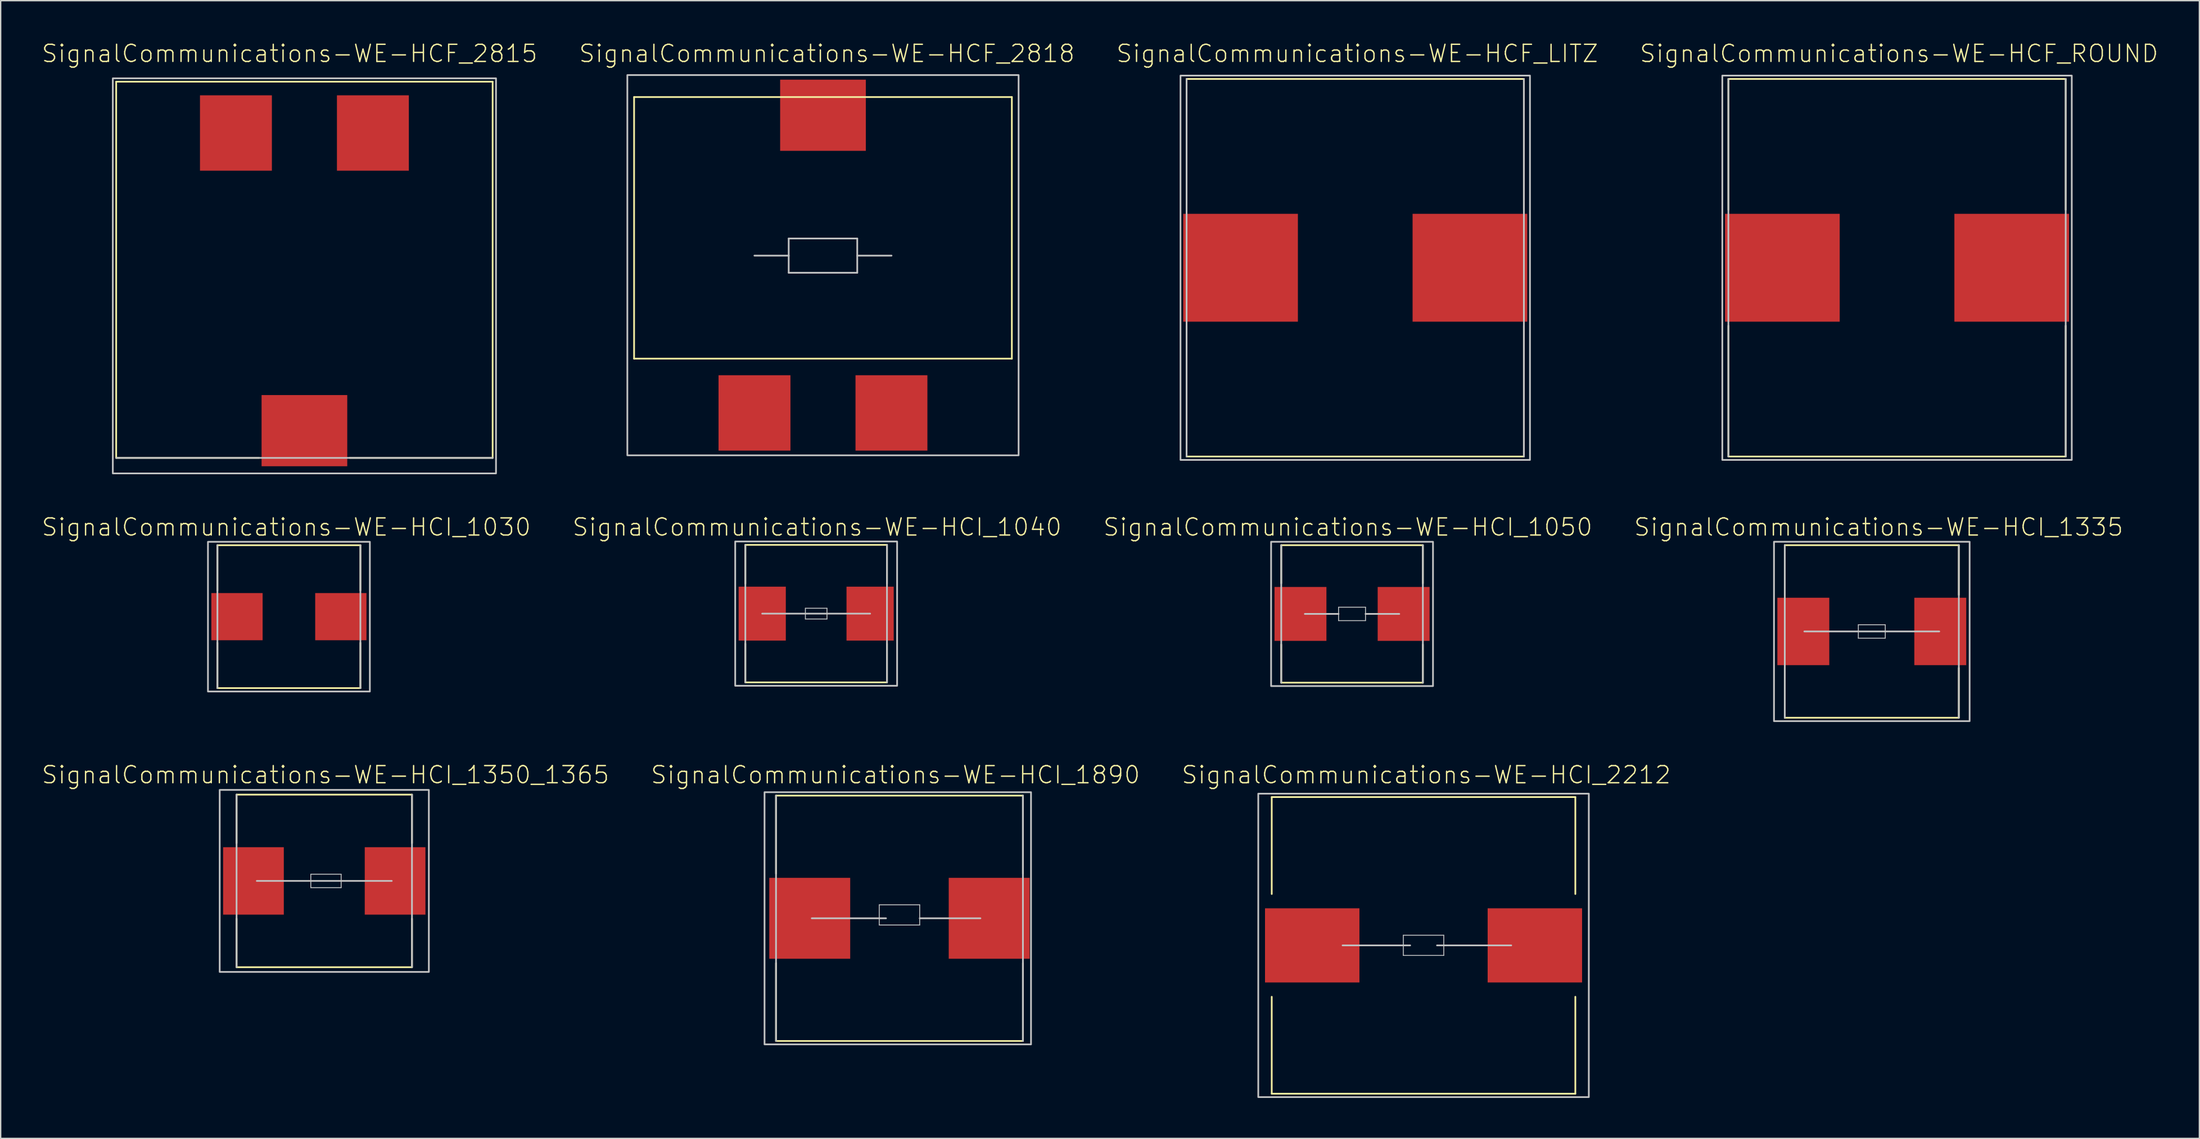
<source format=kicad_pcb>
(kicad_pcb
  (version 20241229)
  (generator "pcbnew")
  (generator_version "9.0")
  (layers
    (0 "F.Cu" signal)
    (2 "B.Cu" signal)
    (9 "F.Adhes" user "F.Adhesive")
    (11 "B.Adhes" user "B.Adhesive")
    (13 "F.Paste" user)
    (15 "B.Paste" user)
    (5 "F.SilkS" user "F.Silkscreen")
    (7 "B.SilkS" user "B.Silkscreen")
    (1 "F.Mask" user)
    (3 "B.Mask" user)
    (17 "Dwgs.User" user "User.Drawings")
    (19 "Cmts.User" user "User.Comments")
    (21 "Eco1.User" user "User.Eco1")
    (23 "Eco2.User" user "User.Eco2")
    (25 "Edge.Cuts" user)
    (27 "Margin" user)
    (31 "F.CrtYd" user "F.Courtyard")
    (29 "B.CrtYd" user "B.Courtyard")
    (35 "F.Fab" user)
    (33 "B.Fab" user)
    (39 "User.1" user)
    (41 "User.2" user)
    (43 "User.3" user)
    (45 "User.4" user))
  (footprint "SignalCommunications-WE-HCF_2818"
    (layer "F.Cu")
    (at 57.941 13.215)
    (property "Reference" "SignalCommunications-WE-HCF_2818" (at 0.29 -12.294 0) (layer "F.SilkS") (effects (font (size 1.27 1.27) (thickness 0.102))))
    (attr smd)
    (fp_line (start -13.998 -9.068) (end 13.998 -9.068) (stroke (width 0.127) (type solid)) (layer "F.SilkS"))
    (fp_line (start -13.998 10.328) (end -13.998 -9.068) (stroke (width 0.127) (type solid)) (layer "F.SilkS"))
    (fp_line (start 13.998 -9.068) (end 13.998 10.328) (stroke (width 0.127) (type solid)) (layer "F.SilkS"))
    (fp_line (start 13.998 10.328) (end -13.998 10.328) (stroke (width 0.127) (type solid)) (layer "F.SilkS"))
    (fp_line (start -2.54 1.42) (end 2.54 1.42) (stroke (width 0.127) (type solid)) (layer "Dwgs.User"))
    (fp_line (start -2.54 2.69) (end -5.08 2.69) (stroke (width 0.127) (type solid)) (layer "Dwgs.User"))
    (fp_line (start -2.54 2.69) (end -2.54 1.42) (stroke (width 0.127) (type solid)) (layer "Dwgs.User"))
    (fp_line (start -2.54 3.96) (end -2.54 2.69) (stroke (width 0.127) (type solid)) (layer "Dwgs.User"))
    (fp_line (start 2.54 3.96) (end -2.54 3.96) (stroke (width 0.127) (type solid)) (layer "Dwgs.User"))
    (fp_line (start 2.54 3.96) (end 2.54 1.42) (stroke (width 0.127) (type solid)) (layer "Dwgs.User"))
    (fp_line (start 5.08 2.69) (end 2.54 2.69) (stroke (width 0.127) (type solid)) (layer "Dwgs.User"))
    (fp_poly (pts (xy -14.498 17.498) (xy -14.498 -10.698) (xy 14.498 -10.698) (xy 14.498 17.498) (xy -14.498 17.498)) (stroke (width 0.127) (type solid)) (fill no) (layer "Dwgs.User"))
    (pad "1" smd rect (at -5.075 14.354 180) (size 5.329 5.588) (layers "F.Cu" "F.Mask" "F.Paste"))
    (pad "2" smd rect (at 5.075 14.354 180) (size 5.329 5.588) (layers "F.Cu" "F.Mask" "F.Paste"))
    (pad "3" smd rect (at 0 -7.719 180) (size 6.35 5.278) (layers "F.Cu" "F.Mask" "F.Paste")))
  (footprint "SignalCommunications-WE-HCI_1040"
    (layer "F.Cu")
    (at 57.436 42.452)
    (property "Reference" "SignalCommunications-WE-HCI_1040" (at 0.069 -6.413 0) (layer "F.SilkS") (effects (font (size 1.27 1.27) (thickness 0.102))))
    (attr smd)
    (fp_line (start -5.248 -5.098) (end 5.248 -5.098) (stroke (width 0.127) (type solid)) (layer "F.SilkS"))
    (fp_line (start -5.248 -2.228) (end -5.248 -5.098) (stroke (width 0.127) (type solid)) (layer "F.SilkS"))
    (fp_line (start -5.248 2.228) (end -5.248 5.098) (stroke (width 0.127) (type solid)) (layer "F.SilkS"))
    (fp_line (start -5.248 5.098) (end 5.248 5.098) (stroke (width 0.127) (type solid)) (layer "F.SilkS"))
    (fp_line (start 5.248 -2.228) (end 5.248 -5.098) (stroke (width 0.127) (type solid)) (layer "F.SilkS"))
    (fp_line (start 5.248 2.228) (end 5.248 5.098) (stroke (width 0.127) (type solid)) (layer "F.SilkS"))
    (fp_line (start -5.248 5.098) (end -5.248 -5.098) (stroke (width 0.127) (type solid)) (layer "Dwgs.User"))
    (fp_line (start -3.998 0) (end 3.998 0) (stroke (width 0.127) (type solid)) (layer "Dwgs.User"))
    (fp_line (start -0.798 -0.399) (end 0.8 -0.399) (stroke (width 0.066) (type solid)) (layer "Dwgs.User"))
    (fp_line (start -0.798 0.399) (end -0.798 -0.399) (stroke (width 0.066) (type solid)) (layer "Dwgs.User"))
    (fp_line (start -0.798 0.399) (end 0.8 0.399) (stroke (width 0.066) (type solid)) (layer "Dwgs.User"))
    (fp_line (start 0.8 0.399) (end 0.8 -0.399) (stroke (width 0.066) (type solid)) (layer "Dwgs.User"))
    (fp_line (start 5.248 -5.098) (end 5.248 5.098) (stroke (width 0.127) (type solid)) (layer "Dwgs.User"))
    (fp_poly (pts (xy -5.999 -5.349) (xy 5.999 -5.349) (xy 5.999 5.349) (xy -5.999 5.349) (xy -5.999 -5.349)) (stroke (width 0.127) (type solid)) (fill no) (layer "Dwgs.User"))
    (pad "1" smd rect (at -3.998 0) (size 3.498 3.998) (layers "F.Cu" "F.Mask" "F.Paste"))
    (pad "2" smd rect (at 3.998 0 180) (size 3.498 3.998) (layers "F.Cu" "F.Mask" "F.Paste")))
  (footprint "SignalCommunications-WE-HCI_1890"
    (layer "F.Cu")
    (at 63.61 65.043)
    (property "Reference" "SignalCommunications-WE-HCI_1890" (at -0.3 -10.635 0) (layer "F.SilkS") (effects (font (size 1.27 1.27) (thickness 0.102))))
    (attr smd)
    (fp_line (start -9.149 -9.098) (end 9.149 -9.098) (stroke (width 0.127) (type solid)) (layer "F.SilkS"))
    (fp_line (start -9.149 -3.31) (end -9.149 -9.098) (stroke (width 0.127) (type solid)) (layer "F.SilkS"))
    (fp_line (start -9.149 3.32) (end -9.149 9.098) (stroke (width 0.127) (type solid)) (layer "F.SilkS"))
    (fp_line (start -9.149 9.098) (end 9.149 9.098) (stroke (width 0.127) (type solid)) (layer "F.SilkS"))
    (fp_line (start 9.149 -3.31) (end 9.149 -9.098) (stroke (width 0.127) (type solid)) (layer "F.SilkS"))
    (fp_line (start 9.149 3.32) (end 9.149 9.098) (stroke (width 0.127) (type solid)) (layer "F.SilkS"))
    (fp_line (start -9.149 -9.098) (end -9.149 9.098) (stroke (width 0.127) (type solid)) (layer "Dwgs.User"))
    (fp_line (start -6.5 0) (end -0.998 0) (stroke (width 0.127) (type solid)) (layer "Dwgs.User"))
    (fp_line (start -1.499 -0.998) (end 1.499 -0.998) (stroke (width 0.066) (type solid)) (layer "Dwgs.User"))
    (fp_line (start -1.499 0.498) (end -1.499 -0.998) (stroke (width 0.066) (type solid)) (layer "Dwgs.User"))
    (fp_line (start -1.499 0.498) (end 1.499 0.498) (stroke (width 0.066) (type solid)) (layer "Dwgs.User"))
    (fp_line (start 1.499 0) (end 5.999 0) (stroke (width 0.127) (type solid)) (layer "Dwgs.User"))
    (fp_line (start 1.499 0.498) (end 1.499 -0.998) (stroke (width 0.066) (type solid)) (layer "Dwgs.User"))
    (fp_line (start 9.149 -9.098) (end 9.149 9.098) (stroke (width 0.127) (type solid)) (layer "Dwgs.User"))
    (fp_poly (pts (xy -10 -9.35) (xy 9.749 -9.35) (xy 9.749 9.35) (xy -10 9.35) (xy -10 -9.35)) (stroke (width 0.127) (type solid)) (fill no) (layer "Dwgs.User"))
    (pad "1" smd rect (at -6.65 0) (size 5.999 5.999) (layers "F.Cu" "F.Mask" "F.Paste"))
    (pad "2" smd rect (at 6.65 0) (size 5.999 5.999) (layers "F.Cu" "F.Mask" "F.Paste")))
  (footprint "SignalCommunications-WE-HCI_1030"
    (layer "F.Cu")
    (at 18.361 42.676)
    (property "Reference" "SignalCommunications-WE-HCI_1030" (at -0.193 -6.637 0) (layer "F.SilkS") (effects (font (size 1.27 1.27) (thickness 0.102))))
    (attr smd)
    (fp_line (start -5.298 -1.938) (end -5.298 -5.298) (stroke (width 0.127) (type solid)) (layer "F.SilkS"))
    (fp_line (start -5.298 1.938) (end -5.298 5.298) (stroke (width 0.127) (type solid)) (layer "F.SilkS"))
    (fp_line (start -5.298 5.298) (end 5.298 5.298) (stroke (width 0.127) (type solid)) (layer "F.SilkS"))
    (fp_line (start 5.298 -5.298) (end -5.298 -5.298) (stroke (width 0.127) (type solid)) (layer "F.SilkS"))
    (fp_line (start 5.298 -1.938) (end 5.298 -5.298) (stroke (width 0.127) (type solid)) (layer "F.SilkS"))
    (fp_line (start 5.298 1.938) (end 5.298 5.298) (stroke (width 0.127) (type solid)) (layer "F.SilkS"))
    (fp_line (start -5.298 -5.298) (end -5.298 5.298) (stroke (width 0.127) (type solid)) (layer "Dwgs.User"))
    (fp_line (start 5.298 5.298) (end 5.298 -5.298) (stroke (width 0.127) (type solid)) (layer "Dwgs.User"))
    (fp_poly (pts (xy -5.999 -5.55) (xy 5.999 -5.55) (xy 5.999 5.55) (xy -5.999 5.55) (xy -5.999 -5.55)) (stroke (width 0.127) (type solid)) (fill no) (layer "Dwgs.User"))
    (pad "1" smd rect (at -3.848 0) (size 3.8 3.498) (layers "F.Cu" "F.Mask" "F.Paste"))
    (pad "2" smd rect (at 3.848 0) (size 3.8 3.498) (layers "F.Cu" "F.Mask" "F.Paste")))
  (footprint "SignalCommunications-WE-HCF_ROUND"
    (layer "F.Cu")
    (at 137.54 16.804)
    (property "Reference" "SignalCommunications-WE-HCF_ROUND" (at 0.15 -15.883 0) (layer "F.SilkS") (effects (font (size 1.27 1.27) (thickness 0.102))))
    (attr smd)
    (fp_line (start -12.499 -13.998) (end 12.499 -13.998) (stroke (width 0.127) (type solid)) (layer "F.SilkS"))
    (fp_line (start -12.499 -4.298) (end -12.499 -13.998) (stroke (width 0.127) (type solid)) (layer "F.SilkS"))
    (fp_line (start -12.499 4.298) (end -12.499 13.998) (stroke (width 0.127) (type solid)) (layer "F.SilkS"))
    (fp_line (start 12.499 -4.298) (end 12.499 -13.998) (stroke (width 0.127) (type solid)) (layer "F.SilkS"))
    (fp_line (start 12.499 4.298) (end 12.499 13.998) (stroke (width 0.127) (type solid)) (layer "F.SilkS"))
    (fp_line (start 12.499 13.998) (end -12.499 13.998) (stroke (width 0.127) (type solid)) (layer "F.SilkS"))
    (fp_line (start -12.499 13.998) (end -12.499 -13.998) (stroke (width 0.127) (type solid)) (layer "Dwgs.User"))
    (fp_line (start 12.499 -13.998) (end 12.499 13.998) (stroke (width 0.127) (type solid)) (layer "Dwgs.User"))
    (fp_poly (pts (xy -12.949 -14.249) (xy 12.949 -14.249) (xy 12.949 14.249) (xy -12.949 14.249) (xy -12.949 -14.249)) (stroke (width 0.127) (type solid)) (fill no) (layer "Dwgs.User"))
    (pad "1" smd rect (at -8.499 0) (size 8.499 7.998) (layers "F.Cu" "F.Mask" "F.Paste"))
    (pad "2" smd rect (at 8.499 0) (size 8.499 7.998) (layers "F.Cu" "F.Mask" "F.Paste")))
  (footprint "SignalCommunications-WE-HCI_1335"
    (layer "F.Cu")
    (at 135.67 43.773)
    (property "Reference" "SignalCommunications-WE-HCI_1335" (at 0.508 -7.734 0) (layer "F.SilkS") (effects (font (size 1.27 1.27) (thickness 0.102))))
    (attr smd)
    (fp_line (start -6.449 -6.398) (end 6.449 -6.398) (stroke (width 0.127) (type solid)) (layer "F.SilkS"))
    (fp_line (start -6.449 -2.708) (end -6.449 -6.398) (stroke (width 0.127) (type solid)) (layer "F.SilkS"))
    (fp_line (start -6.449 2.708) (end -6.449 6.398) (stroke (width 0.127) (type solid)) (layer "F.SilkS"))
    (fp_line (start -6.449 6.398) (end 6.449 6.398) (stroke (width 0.127) (type solid)) (layer "F.SilkS"))
    (fp_line (start 6.449 -2.708) (end 6.449 -6.398) (stroke (width 0.127) (type solid)) (layer "F.SilkS"))
    (fp_line (start 6.449 2.708) (end 6.449 6.398) (stroke (width 0.127) (type solid)) (layer "F.SilkS"))
    (fp_line (start -6.449 -6.398) (end -6.449 6.398) (stroke (width 0.127) (type solid)) (layer "Dwgs.User"))
    (fp_line (start -4.999 0) (end 4.999 0) (stroke (width 0.127) (type solid)) (layer "Dwgs.User"))
    (fp_line (start -0.998 -0.498) (end 0.998 -0.498) (stroke (width 0.066) (type solid)) (layer "Dwgs.User"))
    (fp_line (start -0.998 0.498) (end -0.998 -0.498) (stroke (width 0.066) (type solid)) (layer "Dwgs.User"))
    (fp_line (start -0.998 0.498) (end 0.998 0.498) (stroke (width 0.066) (type solid)) (layer "Dwgs.User"))
    (fp_line (start 0.998 0.498) (end 0.998 -0.498) (stroke (width 0.066) (type solid)) (layer "Dwgs.User"))
    (fp_line (start 6.449 -6.398) (end 6.449 6.398) (stroke (width 0.127) (type solid)) (layer "Dwgs.User"))
    (fp_poly (pts (xy -7.249 -6.65) (xy 7.249 -6.65) (xy 7.249 6.65) (xy -7.249 6.65) (xy -7.249 -6.65)) (stroke (width 0.127) (type solid)) (fill no) (layer "Dwgs.User"))
    (pad "1" smd rect (at -5.075 0) (size 3.848 4.999) (layers "F.Cu" "F.Mask" "F.Paste"))
    (pad "2" smd rect (at 5.075 0) (size 3.848 4.999) (layers "F.Cu" "F.Mask" "F.Paste")))
  (footprint "SignalCommunications-WE-HCI_2212"
    (layer "F.Cu")
    (at 102.449 67.052)
    (property "Reference" "SignalCommunications-WE-HCI_2212" (at 0.198 -12.644 0) (layer "F.SilkS") (effects (font (size 1.27 1.27) (thickness 0.102))))
    (attr smd)
    (fp_line (start -11.25 -3.81) (end -11.25 -10.998) (stroke (width 0.127) (type solid)) (layer "F.SilkS"))
    (fp_line (start -11.25 3.81) (end -11.25 10.998) (stroke (width 0.127) (type solid)) (layer "F.SilkS"))
    (fp_line (start 11.25 -10.998) (end -11.25 -10.998) (stroke (width 0.127) (type solid)) (layer "F.SilkS"))
    (fp_line (start 11.25 -10.998) (end 11.25 -3.81) (stroke (width 0.127) (type solid)) (layer "F.SilkS"))
    (fp_line (start 11.25 3.81) (end 11.25 10.998) (stroke (width 0.127) (type solid)) (layer "F.SilkS"))
    (fp_line (start 11.25 10.998) (end -11.25 10.998) (stroke (width 0.127) (type solid)) (layer "F.SilkS"))
    (fp_line (start -1.499 -0.752) (end 1.499 -0.752) (stroke (width 0.066) (type solid)) (layer "Dwgs.User"))
    (fp_line (start -1.499 0.744) (end -1.499 -0.752) (stroke (width 0.066) (type solid)) (layer "Dwgs.User"))
    (fp_line (start -1.499 0.744) (end 1.499 0.744) (stroke (width 0.066) (type solid)) (layer "Dwgs.User"))
    (fp_line (start -0.991 0) (end -5.999 0) (stroke (width 0.127) (type solid)) (layer "Dwgs.User"))
    (fp_line (start 1.499 0.744) (end 1.499 -0.752) (stroke (width 0.066) (type solid)) (layer "Dwgs.User"))
    (fp_line (start 6.5 0) (end 0.998 0) (stroke (width 0.127) (type solid)) (layer "Dwgs.User"))
    (fp_poly (pts (xy -12.248 11.25) (xy -12.248 -11.25) (xy 12.248 -11.25) (xy 12.248 11.25) (xy -12.248 11.25)) (stroke (width 0.127) (type solid)) (fill no) (layer "Dwgs.User"))
    (pad "1" smd rect (at 8.25 0 180) (size 6.998 5.499) (layers "F.Cu" "F.Mask" "F.Paste"))
    (pad "2" smd rect (at -8.25 0 180) (size 6.998 5.499) (layers "F.Cu" "F.Mask" "F.Paste")))
  (footprint "SignalCommunications-WE-HCF_LITZ"
    (layer "F.Cu")
    (at 97.387 16.804)
    (property "Reference" "SignalCommunications-WE-HCF_LITZ" (at 0.15 -15.883 0) (layer "F.SilkS") (effects (font (size 1.27 1.27) (thickness 0.102))))
    (attr smd)
    (fp_line (start -12.499 -13.998) (end 12.499 -13.998) (stroke (width 0.127) (type solid)) (layer "F.SilkS"))
    (fp_line (start -12.499 -4.298) (end -12.499 -13.998) (stroke (width 0.127) (type solid)) (layer "F.SilkS"))
    (fp_line (start -12.499 4.298) (end -12.499 13.998) (stroke (width 0.127) (type solid)) (layer "F.SilkS"))
    (fp_line (start 12.499 -4.298) (end 12.499 -13.998) (stroke (width 0.127) (type solid)) (layer "F.SilkS"))
    (fp_line (start 12.499 4.298) (end 12.499 13.998) (stroke (width 0.127) (type solid)) (layer "F.SilkS"))
    (fp_line (start 12.499 13.998) (end -12.499 13.998) (stroke (width 0.127) (type solid)) (layer "F.SilkS"))
    (fp_line (start -12.499 13.998) (end -12.499 -13.998) (stroke (width 0.127) (type solid)) (layer "Dwgs.User"))
    (fp_line (start 12.499 -13.998) (end 12.499 13.998) (stroke (width 0.127) (type solid)) (layer "Dwgs.User"))
    (fp_poly (pts (xy -12.949 -14.249) (xy 12.949 -14.249) (xy 12.949 14.249) (xy -12.949 14.249) (xy -12.949 -14.249)) (stroke (width 0.127) (type solid)) (fill no) (layer "Dwgs.User"))
    (pad "1" smd rect (at -8.499 0) (size 8.499 7.998) (layers "F.Cu" "F.Mask" "F.Paste"))
    (pad "2" smd rect (at 8.499 0) (size 8.499 7.998) (layers "F.Cu" "F.Mask" "F.Paste")))
  (footprint "SignalCommunications-WE-HCF_2815"
    (layer "F.Cu")
    (at 19.51 21.056)
    (property "Reference" "SignalCommunications-WE-HCF_2815" (at -1.1 -20.135 0) (layer "F.SilkS") (effects (font (size 1.27 1.27) (thickness 0.102))))
    (attr smd)
    (fp_line (start -13.95 -18.049) (end 13.95 -18.049) (stroke (width 0.127) (type solid)) (layer "F.SilkS"))
    (fp_line (start -13.95 9.848) (end -13.95 -18.049) (stroke (width 0.127) (type solid)) (layer "F.SilkS"))
    (fp_line (start -3.358 9.848) (end -13.95 9.848) (stroke (width 0.127) (type solid)) (layer "F.SilkS"))
    (fp_line (start 13.95 -18.049) (end 13.95 9.848) (stroke (width 0.127) (type solid)) (layer "F.SilkS"))
    (fp_line (start 13.95 9.848) (end 3.368 9.848) (stroke (width 0.127) (type solid)) (layer "F.SilkS"))
    (fp_line (start 13.95 9.848) (end -13.95 9.848) (stroke (width 0.127) (type solid)) (layer "Dwgs.User"))
    (fp_poly (pts (xy -14.199 -18.298) (xy 14.199 -18.298) (xy 14.199 10.998) (xy -14.199 10.998) (xy -14.199 -18.298)) (stroke (width 0.127) (type solid)) (fill no) (layer "Dwgs.User"))
    (pad "1" smd rect (at -5.075 -14.244) (size 5.329 5.588) (layers "F.Cu" "F.Mask" "F.Paste"))
    (pad "2" smd rect (at 5.075 -14.244) (size 5.329 5.588) (layers "F.Cu" "F.Mask" "F.Paste"))
    (pad "3" smd rect (at 0 7.828) (size 6.35 5.278) (layers "F.Cu" "F.Mask" "F.Paste")))
  (footprint "SignalCommunications-WE-HCI_1350_1365"
    (layer "F.Cu")
    (at 20.982 62.271)
    (property "Reference" "SignalCommunications-WE-HCI_1350_1365" (at 0.089 -7.864 0) (layer "F.SilkS") (effects (font (size 1.27 1.27) (thickness 0.102))))
    (attr smd)
    (fp_line (start -6.5 -6.398) (end 6.5 -6.398) (stroke (width 0.127) (type solid)) (layer "F.SilkS"))
    (fp_line (start -6.5 -2.799) (end -6.5 -6.398) (stroke (width 0.127) (type solid)) (layer "F.SilkS"))
    (fp_line (start -6.5 2.799) (end -6.5 6.398) (stroke (width 0.127) (type solid)) (layer "F.SilkS"))
    (fp_line (start -6.5 6.398) (end 6.5 6.398) (stroke (width 0.127) (type solid)) (layer "F.SilkS"))
    (fp_line (start 6.5 -2.799) (end 6.5 -6.398) (stroke (width 0.127) (type solid)) (layer "F.SilkS"))
    (fp_line (start 6.5 2.799) (end 6.5 6.398) (stroke (width 0.127) (type solid)) (layer "F.SilkS"))
    (fp_line (start -6.5 6.398) (end -6.5 -6.398) (stroke (width 0.127) (type solid)) (layer "Dwgs.User"))
    (fp_line (start -4.999 0) (end 4.999 0) (stroke (width 0.127) (type solid)) (layer "Dwgs.User"))
    (fp_line (start -0.998 -0.498) (end 1.25 -0.498) (stroke (width 0.066) (type solid)) (layer "Dwgs.User"))
    (fp_line (start -0.998 0.498) (end -0.998 -0.498) (stroke (width 0.066) (type solid)) (layer "Dwgs.User"))
    (fp_line (start -0.998 0.498) (end 1.25 0.498) (stroke (width 0.066) (type solid)) (layer "Dwgs.User"))
    (fp_line (start 1.25 0.498) (end 1.25 -0.498) (stroke (width 0.066) (type solid)) (layer "Dwgs.User"))
    (fp_line (start 6.5 6.398) (end 6.5 -6.398) (stroke (width 0.127) (type solid)) (layer "Dwgs.User"))
    (fp_poly (pts (xy -7.75 -6.749) (xy 7.75 -6.749) (xy 7.75 6.749) (xy -7.75 6.749) (xy -7.75 -6.749)) (stroke (width 0.127) (type solid)) (fill no) (layer "Dwgs.User"))
    (pad "1" smd rect (at -5.248 0) (size 4.498 4.999) (layers "F.Cu" "F.Mask" "F.Paste"))
    (pad "2" smd rect (at 5.248 0) (size 4.498 4.999) (layers "F.Cu" "F.Mask" "F.Paste")))
  (footprint "SignalCommunications-WE-HCI_1050"
    (layer "F.Cu")
    (at 97.151 42.473)
    (property "Reference" "SignalCommunications-WE-HCI_1050" (at -0.31 -6.434 0) (layer "F.SilkS") (effects (font (size 1.27 1.27) (thickness 0.102))))
    (attr smd)
    (fp_line (start -5.248 -5.098) (end 5.248 -5.098) (stroke (width 0.127) (type solid)) (layer "F.SilkS"))
    (fp_line (start -5.248 -2.268) (end -5.248 -5.098) (stroke (width 0.127) (type solid)) (layer "F.SilkS"))
    (fp_line (start -5.248 5.098) (end -5.248 2.268) (stroke (width 0.127) (type solid)) (layer "F.SilkS"))
    (fp_line (start -5.248 5.098) (end 5.248 5.098) (stroke (width 0.127) (type solid)) (layer "F.SilkS"))
    (fp_line (start 5.248 -2.268) (end 5.248 -5.098) (stroke (width 0.127) (type solid)) (layer "F.SilkS"))
    (fp_line (start 5.248 2.268) (end 5.248 5.098) (stroke (width 0.127) (type solid)) (layer "F.SilkS"))
    (fp_line (start -5.248 -5.098) (end -5.248 5.098) (stroke (width 0.127) (type solid)) (layer "Dwgs.User"))
    (fp_line (start -3.498 0) (end -0.998 0) (stroke (width 0.127) (type solid)) (layer "Dwgs.User"))
    (fp_line (start -0.998 -0.498) (end 0.998 -0.498) (stroke (width 0.066) (type solid)) (layer "Dwgs.User"))
    (fp_line (start -0.998 0.498) (end -0.998 -0.498) (stroke (width 0.066) (type solid)) (layer "Dwgs.User"))
    (fp_line (start -0.998 0.498) (end 0.998 0.498) (stroke (width 0.066) (type solid)) (layer "Dwgs.User"))
    (fp_line (start 0.998 0) (end 3.498 0) (stroke (width 0.127) (type solid)) (layer "Dwgs.User"))
    (fp_line (start 0.998 0.498) (end 0.998 -0.498) (stroke (width 0.066) (type solid)) (layer "Dwgs.User"))
    (fp_line (start 5.248 -5.098) (end 5.248 5.098) (stroke (width 0.127) (type solid)) (layer "Dwgs.User"))
    (fp_poly (pts (xy -5.999 -5.349) (xy 5.999 -5.349) (xy 5.999 5.349) (xy -5.999 5.349) (xy -5.999 -5.349)) (stroke (width 0.127) (type solid)) (fill no) (layer "Dwgs.User"))
    (pad "1" smd rect (at -3.823 0) (size 3.848 3.998) (layers "F.Cu" "F.Mask" "F.Paste"))
    (pad "2" smd rect (at 3.823 0) (size 3.848 3.998) (layers "F.Cu" "F.Mask" "F.Paste")))
  (gr_rect
    (start -3 -3)
    (end 159.947 81.365)
    (stroke (width 0.1) (type default))
    (fill no)
    (layer "Edge.Cuts")))
</source>
